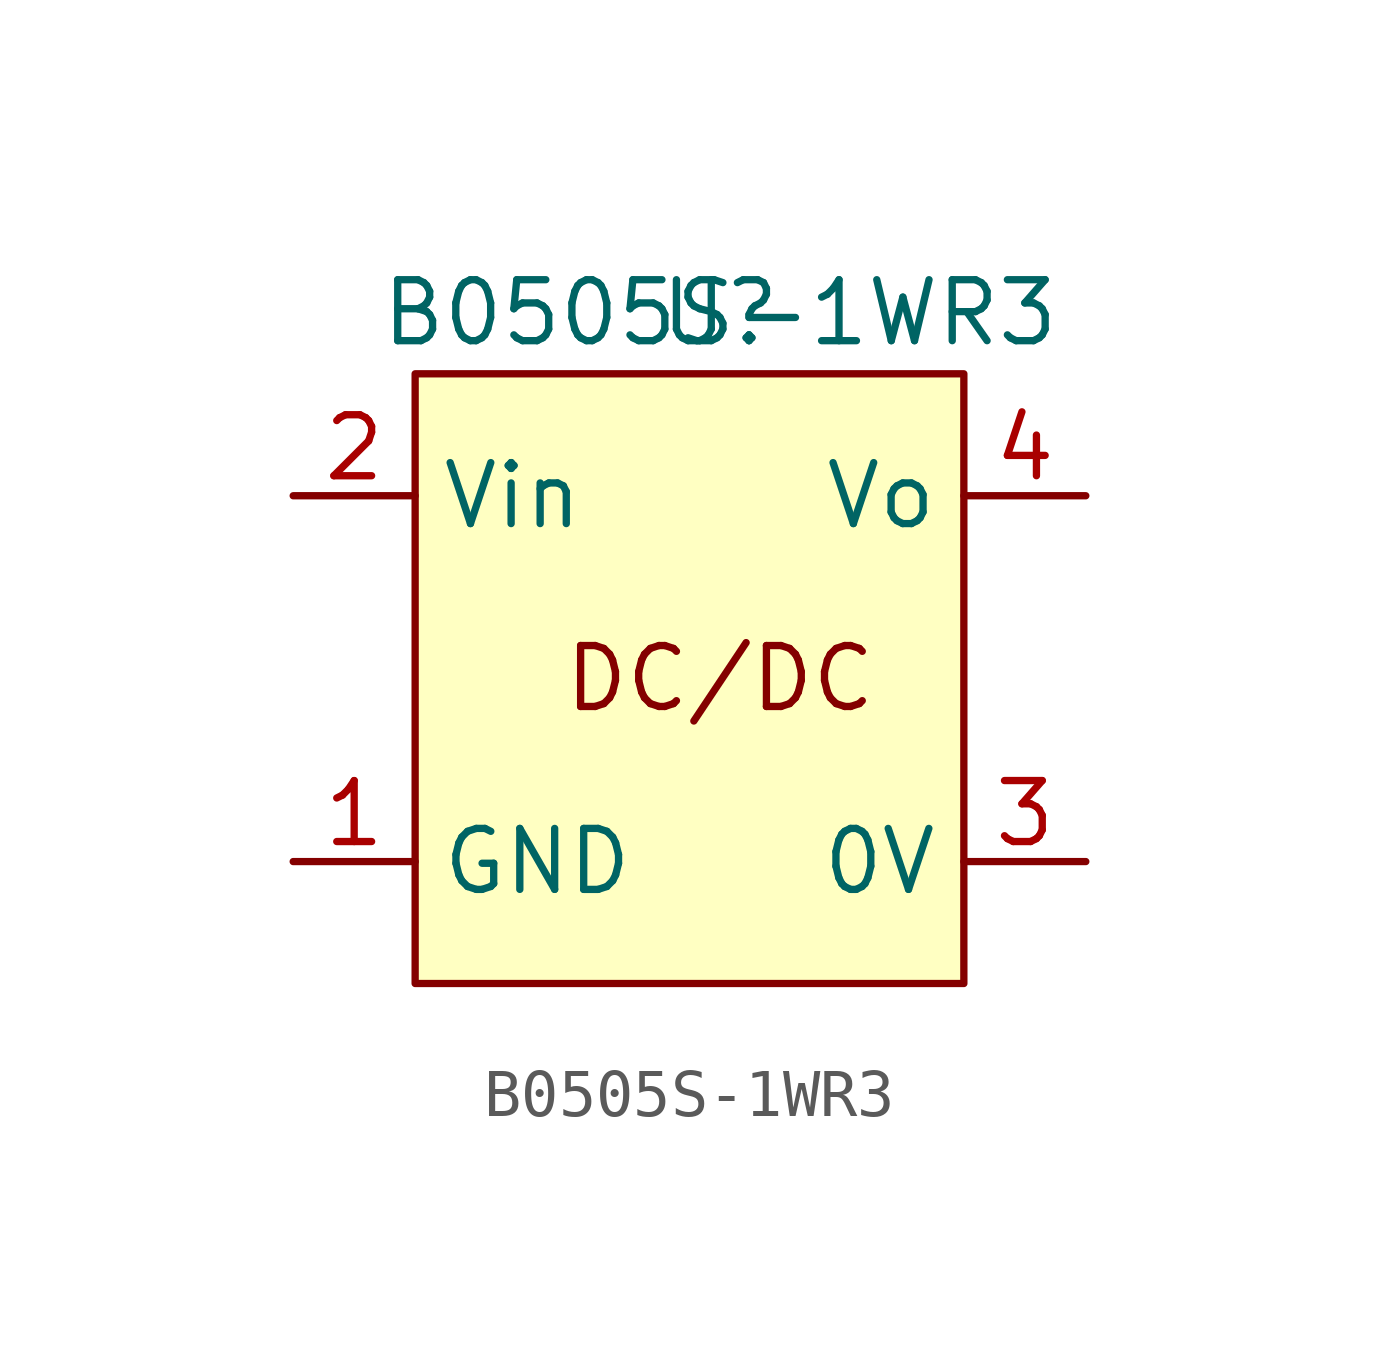
<source format=kicad_sym>
(kicad_symbol_lib
  (version 20220914)
  (generator kicad_symbol_editor)
  (symbol "B0505S-1WR3"
    (property "Reference" "U"
      (at 0 7.62 0)
      (effects (font (size 1.27 1.27))))
    (property "Value" "B0505S-1WR3"
      (at 0 7.62 0)
      (effects (font (size 1.27 1.27))))
    (symbol "B0505S-1WR3_0_0"
      (text "DC/DC" (at 0 0 0) (effects (font (size 1.27 1.27)))))
    (symbol "B0505S-1WR3_0_1"
      (rectangle (start -6.35 6.35) (end 5.08 -6.35) (stroke (width 0) (type default)) (fill (type background))))
    (symbol "B0505S-1WR3_1_1"
      (pin power_in line (at -8.89 -3.81 0) (length 2.54) (name "GND" (effects (font (size 1.27 1.27)))) (number "1" (effects (font (size 1.27 1.27)))))
      (pin power_in line (at -8.89 3.81 0) (length 2.54) (name "Vin" (effects (font (size 1.27 1.27)))) (number "2" (effects (font (size 1.27 1.27)))))
      (pin power_in line (at 7.62 -3.81 180) (length 2.54) (name "0V" (effects (font (size 1.27 1.27)))) (number "3" (effects (font (size 1.27 1.27)))))
      (pin power_in line (at 7.62 3.81 180) (length 2.54) (name "Vo" (effects (font (size 1.27 1.27)))) (number "4" (effects (font (size 1.27 1.27))))))))
</source>
